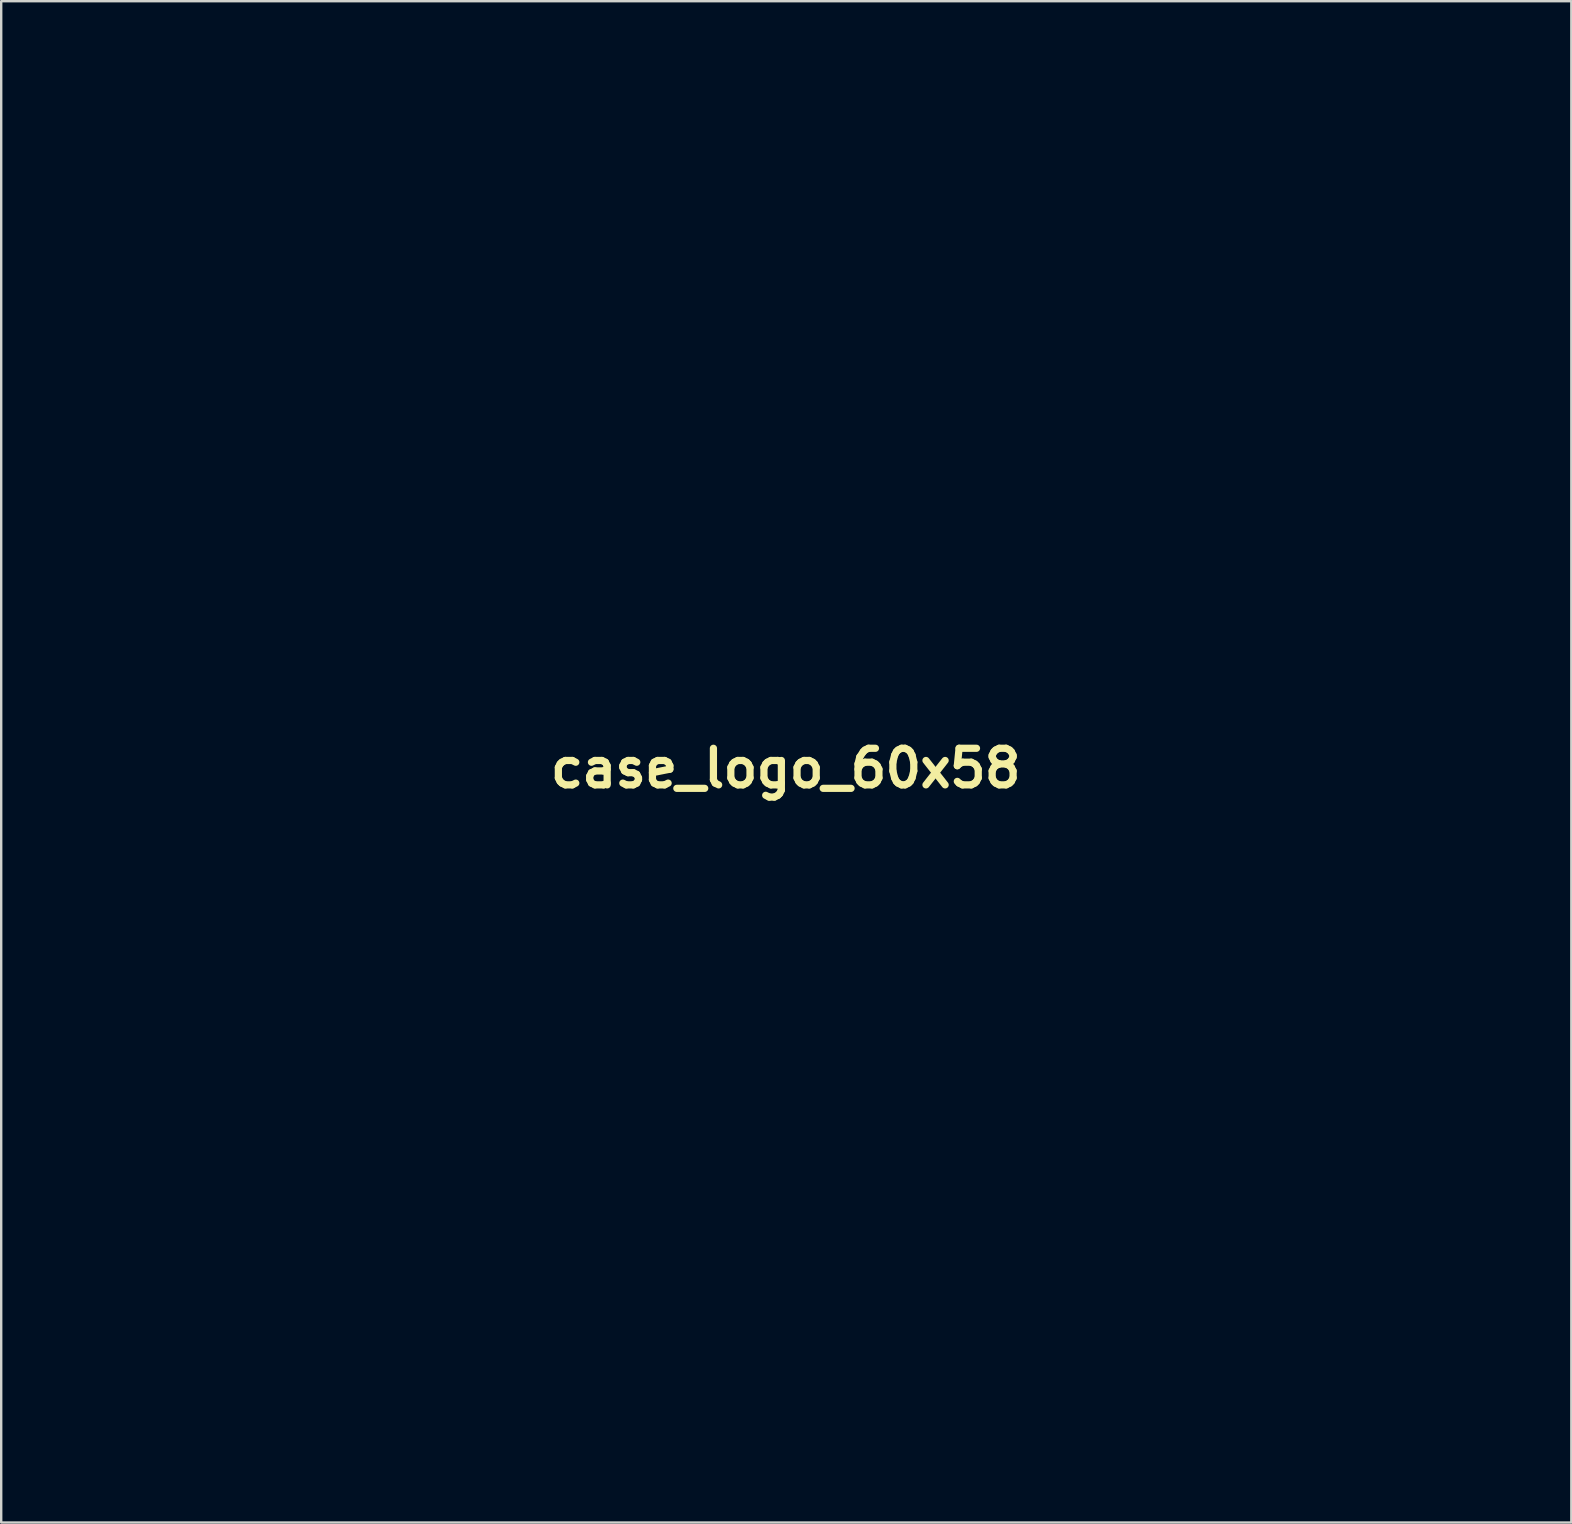
<source format=kicad_pcb>
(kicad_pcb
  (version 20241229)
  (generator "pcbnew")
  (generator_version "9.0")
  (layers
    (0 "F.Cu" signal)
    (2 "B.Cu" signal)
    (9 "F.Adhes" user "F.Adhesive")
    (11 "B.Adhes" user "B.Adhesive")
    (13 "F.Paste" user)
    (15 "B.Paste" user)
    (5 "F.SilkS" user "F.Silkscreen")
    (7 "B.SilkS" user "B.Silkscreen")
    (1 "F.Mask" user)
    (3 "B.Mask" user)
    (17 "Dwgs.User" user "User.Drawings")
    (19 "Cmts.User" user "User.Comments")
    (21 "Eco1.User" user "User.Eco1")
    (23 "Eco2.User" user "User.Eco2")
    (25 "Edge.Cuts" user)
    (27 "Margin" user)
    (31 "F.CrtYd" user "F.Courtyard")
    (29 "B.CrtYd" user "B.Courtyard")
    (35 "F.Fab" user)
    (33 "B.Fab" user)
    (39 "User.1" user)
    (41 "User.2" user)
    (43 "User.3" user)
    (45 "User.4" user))
  (footprint "case_logo_60x58"
    (layer "F.Cu")
    (at 29.679 28.954)
    (property "Reference" "case_logo_60x58" (at 0 0 0) (layer "F.SilkS") (effects (font (size 1.524 1.524) (thickness 0.3))))
    (attr through_hole)
    (fp_poly (pts (xy -15.688 28.388) (xy -17.743 28.388) (xy -17.743 26.707) (xy -15.688 26.707) (xy -15.688 28.388)) (stroke (width 0.01) (type solid)) (fill yes) (layer "F.Mask"))
    (fp_poly (pts (xy 2.054 28.388) (xy 0 28.388) (xy 0 26.707) (xy 2.054 26.707) (xy 2.054 28.388)) (stroke (width 0.01) (type solid)) (fill yes) (layer "F.Mask"))
    (fp_poly (pts (xy 18.116 28.388) (xy 16.062 28.388) (xy 16.062 26.707) (xy 18.116 26.707) (xy 18.116 28.388)) (stroke (width 0.01) (type solid)) (fill yes) (layer "F.Mask"))
    (fp_poly (pts (xy 29.602 18.957) (xy 29.66 19.657) (xy 29.718 20.357) (xy 21.647 20.357) (xy 21.758 22.692) (xy 25.552 22.743) (xy 29.345 22.793) (xy 29.287 23.396) (xy 29.229 23.999) (xy 25.447 24.05) (xy 21.665 24.1) (xy 21.665 27.081) (xy 29.696 27.081) (xy 29.696 28.388) (xy 19.984 28.388) (xy 19.984 18.857) (xy 29.602 18.957)) (stroke (width 0.01) (type solid)) (fill yes) (layer "F.Mask"))
    (fp_poly (pts (xy -7.375 18.975) (xy -7.052 19.19) (xy -6.877 19.427) (xy -6.527 19.934) (xy -6.031 20.667) (xy -5.418 21.583) (xy -4.718 22.639) (xy -3.959 23.791) (xy -3.853 23.953) (xy -0.943 28.388) (xy -1.919 28.388) (xy -2.895 28.388) (xy -5.291 24.653) (xy -5.969 23.605) (xy -6.582 22.671) (xy -7.103 21.894) (xy -7.501 21.317) (xy -7.747 20.984) (xy -7.813 20.919) (xy -7.945 21.069) (xy -8.249 21.491) (xy -8.696 22.14) (xy -9.257 22.975) (xy -9.901 23.951) (xy -10.359 24.654) (xy -12.781 28.388) (xy -14.758 28.388) (xy -11.579 23.626) (xy -10.676 22.276) (xy -9.953 21.207) (xy -9.385 20.386) (xy -8.946 19.78) (xy -8.613 19.359) (xy -8.358 19.088) (xy -8.159 18.937) (xy -7.989 18.873) (xy -7.871 18.863) (xy -7.375 18.975)) (stroke (width 0.01) (type solid)) (fill yes) (layer "F.Mask"))
    (fp_poly (pts (xy -19.05 20.357) (xy -23.229 20.357) (xy -24.646 20.362) (xy -25.731 20.377) (xy -26.526 20.405) (xy -27.075 20.448) (xy -27.418 20.509) (xy -27.598 20.591) (xy -27.623 20.616) (xy -27.717 20.911) (xy -27.774 21.537) (xy -27.797 22.507) (xy -27.786 23.739) (xy -27.765 24.829) (xy -27.74 25.606) (xy -27.701 26.128) (xy -27.639 26.456) (xy -27.543 26.649) (xy -27.404 26.766) (xy -27.268 26.839) (xy -26.942 26.93) (xy -26.353 26.998) (xy -25.472 27.044) (xy -24.272 27.07) (xy -22.925 27.078) (xy -19.05 27.081) (xy -19.05 28.388) (xy -23.206 28.38) (xy -24.732 28.37) (xy -25.927 28.344) (xy -26.835 28.301) (xy -27.498 28.238) (xy -27.958 28.153) (xy -28.108 28.107) (xy -28.812 27.761) (xy -29.265 27.268) (xy -29.528 26.544) (xy -29.612 26.042) (xy -29.656 25.444) (xy -29.674 24.63) (xy -29.67 23.689) (xy -29.647 22.706) (xy -29.605 21.769) (xy -29.55 20.964) (xy -29.483 20.378) (xy -29.424 20.128) (xy -29.184 19.829) (xy -28.754 19.48) (xy -28.603 19.381) (xy -28.37 19.246) (xy -28.124 19.142) (xy -27.813 19.065) (xy -27.386 19.008) (xy -26.792 18.967) (xy -25.979 18.937) (xy -24.895 18.913) (xy -23.489 18.891) (xy -23.486 18.891) (xy -19.05 18.824) (xy -19.05 20.357)) (stroke (width 0.01) (type solid)) (fill yes) (layer "F.Mask"))
    (fp_poly (pts (xy 14.381 20.357) (xy 10.099 20.357) (xy 8.693 20.361) (xy 7.614 20.372) (xy 6.817 20.396) (xy 6.254 20.433) (xy 5.88 20.488) (xy 5.648 20.563) (xy 5.523 20.651) (xy 5.275 21.135) (xy 5.261 21.757) (xy 5.423 22.237) (xy 5.518 22.37) (xy 5.678 22.466) (xy 5.958 22.53) (xy 6.413 22.57) (xy 7.1 22.59) (xy 8.073 22.598) (xy 8.759 22.599) (xy 10.314 22.611) (xy 11.544 22.655) (xy 12.497 22.738) (xy 13.221 22.867) (xy 13.764 23.051) (xy 14.173 23.297) (xy 14.428 23.534) (xy 14.706 23.883) (xy 14.861 24.24) (xy 14.928 24.731) (xy 14.941 25.394) (xy 14.888 26.411) (xy 14.709 27.139) (xy 14.376 27.65) (xy 13.924 27.982) (xy 13.696 28.081) (xy 13.383 28.158) (xy 12.937 28.219) (xy 12.313 28.265) (xy 11.465 28.3) (xy 10.346 28.326) (xy 8.91 28.348) (xy 8.544 28.353) (xy 3.735 28.411) (xy 3.735 27.081) (xy 7.984 27.078) (xy 9.504 27.074) (xy 10.693 27.057) (xy 11.591 27.015) (xy 12.242 26.939) (xy 12.685 26.818) (xy 12.964 26.64) (xy 13.119 26.395) (xy 13.193 26.072) (xy 13.224 25.729) (xy 13.252 25.164) (xy 13.221 24.747) (xy 13.083 24.456) (xy 12.791 24.267) (xy 12.297 24.158) (xy 11.553 24.108) (xy 10.512 24.093) (xy 9.731 24.093) (xy 8.176 24.08) (xy 6.945 24.036) (xy 5.992 23.954) (xy 5.268 23.824) (xy 4.726 23.641) (xy 4.317 23.394) (xy 4.062 23.157) (xy 3.761 22.768) (xy 3.606 22.36) (xy 3.552 21.784) (xy 3.549 21.478) (xy 3.575 20.795) (xy 3.686 20.336) (xy 3.925 19.954) (xy 4.062 19.795) (xy 4.365 19.522) (xy 4.754 19.306) (xy 5.272 19.142) (xy 5.963 19.022) (xy 6.871 18.94) (xy 8.037 18.891) (xy 9.507 18.868) (xy 10.599 18.864) (xy 14.381 18.863) (xy 14.381 20.357)) (stroke (width 0.01) (type solid)) (fill yes) (layer "F.Mask"))
    (fp_poly (pts (xy 0.747 -27.174) (xy 0.753 -26.347) (xy 0.782 -25.825) (xy 0.846 -25.539) (xy 0.958 -25.421) (xy 1.098 -25.4) (xy 1.479 -25.296) (xy 1.743 -24.946) (xy 1.926 -24.294) (xy 1.962 -24.093) (xy 2.187 -23.122) (xy 2.501 -22.513) (xy 2.921 -22.258) (xy 3.462 -22.353) (xy 4.14 -22.792) (xy 4.584 -23.183) (xy 5.597 -24.142) (xy 6.581 -23.543) (xy 7.216 -23.138) (xy 7.805 -22.734) (xy 8.099 -22.513) (xy 8.635 -22.083) (xy 8.239 -21.026) (xy 7.935 -20.066) (xy 7.859 -19.383) (xy 8.027 -18.95) (xy 8.452 -18.74) (xy 9.149 -18.723) (xy 9.388 -18.748) (xy 10.236 -18.856) (xy 10.8 -18.896) (xy 11.169 -18.828) (xy 11.432 -18.609) (xy 11.677 -18.201) (xy 11.993 -17.562) (xy 11.997 -17.556) (xy 12.32 -16.872) (xy 12.564 -16.291) (xy 12.689 -15.91) (xy 12.697 -15.851) (xy 12.558 -15.592) (xy 12.191 -15.204) (xy 11.675 -14.772) (xy 11.673 -14.771) (xy 11.094 -14.3) (xy 10.775 -13.936) (xy 10.653 -13.6) (xy 10.646 -13.47) (xy 10.72 -13.043) (xy 10.98 -12.688) (xy 11.485 -12.355) (xy 12.291 -11.994) (xy 12.38 -11.959) (xy 13.46 -11.531) (xy 13.336 -10.434) (xy 13.212 -9.338) (xy 14.381 -9.338) (xy 14.381 14.754) (xy 12.887 14.754) (xy 12.887 -8.031) (xy -0.747 -8.031) (xy -0.747 -9.338) (xy 0.747 -9.338) (xy 2.685 -9.338) (xy 3.607 -9.35) (xy 4.225 -9.39) (xy 4.611 -9.469) (xy 4.834 -9.597) (xy 4.875 -9.641) (xy 5.036 -10.03) (xy 5.146 -10.674) (xy 5.201 -11.462) (xy 5.194 -12.277) (xy 5.12 -13.007) (xy 5.053 -13.316) (xy 4.561 -14.431) (xy 3.777 -15.45) (xy 2.781 -16.293) (xy 1.654 -16.882) (xy 1.323 -16.991) (xy 0.747 -17.156) (xy 0.747 -9.338) (xy -0.747 -9.338) (xy -0.747 -27.454) (xy -1.838 -27.454) (xy -3.639 -27.28) (xy -5.451 -26.78) (xy -7.19 -25.992) (xy -8.769 -24.949) (xy -9.635 -24.187) (xy -10.432 -23.325) (xy -11.076 -22.443) (xy -11.586 -21.485) (xy -11.98 -20.393) (xy -12.279 -19.112) (xy -12.502 -17.584) (xy -12.668 -15.754) (xy -12.7 -15.276) (xy -12.819 -13.662) (xy -12.957 -12.337) (xy -13.136 -11.214) (xy -13.376 -10.209) (xy -13.701 -9.236) (xy -14.131 -8.21) (xy -14.687 -7.045) (xy -14.865 -6.689) (xy -15.175 -6.03) (xy -15.401 -5.465) (xy -15.5 -5.104) (xy -15.501 -5.08) (xy -15.331 -4.646) (xy -14.815 -4.143) (xy -13.945 -3.563) (xy -13.79 -3.472) (xy -13.16 -3.056) (xy -12.717 -2.598) (xy -12.41 -2.011) (xy -12.19 -1.206) (xy -12.05 -0.397) (xy -11.842 0.835) (xy -11.622 1.775) (xy -11.361 2.503) (xy -11.031 3.1) (xy -10.624 3.623) (xy -9.703 4.411) (xy -8.454 5.053) (xy -6.872 5.552) (xy -4.952 5.908) (xy -3.222 6.088) (xy -1.494 6.217) (xy -1.494 14.754) (xy -2.98 14.754) (xy -3.031 11.166) (xy -3.082 7.577) (xy -4.763 7.368) (xy -6.557 7.096) (xy -8.04 6.755) (xy -9.269 6.324) (xy -10.303 5.782) (xy -11.2 5.107) (xy -11.367 4.955) (xy -12.149 4.07) (xy -12.717 3.045) (xy -13.113 1.796) (xy -13.284 0.905) (xy -13.451 -0.134) (xy -13.596 -0.876) (xy -13.757 -1.395) (xy -13.971 -1.762) (xy -14.274 -2.05) (xy -14.703 -2.333) (xy -15.033 -2.528) (xy -15.762 -2.997) (xy -16.243 -3.433) (xy -16.579 -3.931) (xy -16.64 -4.052) (xy -16.843 -4.549) (xy -16.93 -5.022) (xy -16.886 -5.543) (xy -16.698 -6.181) (xy -16.352 -7.008) (xy -15.875 -8.013) (xy -15.366 -9.09) (xy -14.983 -10.012) (xy -14.704 -10.874) (xy -14.504 -11.771) (xy -14.361 -12.8) (xy -14.251 -14.056) (xy -14.198 -14.854) (xy -14.086 -16.448) (xy -13.964 -17.745) (xy -13.821 -18.823) (xy -13.646 -19.756) (xy -13.426 -20.624) (xy -13.239 -21.233) (xy -12.504 -22.907) (xy -11.457 -24.421) (xy -10.131 -25.753) (xy -8.56 -26.882) (xy -6.78 -27.786) (xy -4.824 -28.446) (xy -2.726 -28.838) (xy -0.887 -28.946) (xy 0.747 -28.949) (xy 0.747 -27.174)) (stroke (width 0.01) (type solid)) (fill yes) (layer "F.Mask")))
  (gr_rect
    (start -3 -3)
    (end 62.403 60.37)
    (stroke (width 0.1) (type default))
    (fill no)
    (layer "Edge.Cuts")))
</source>
